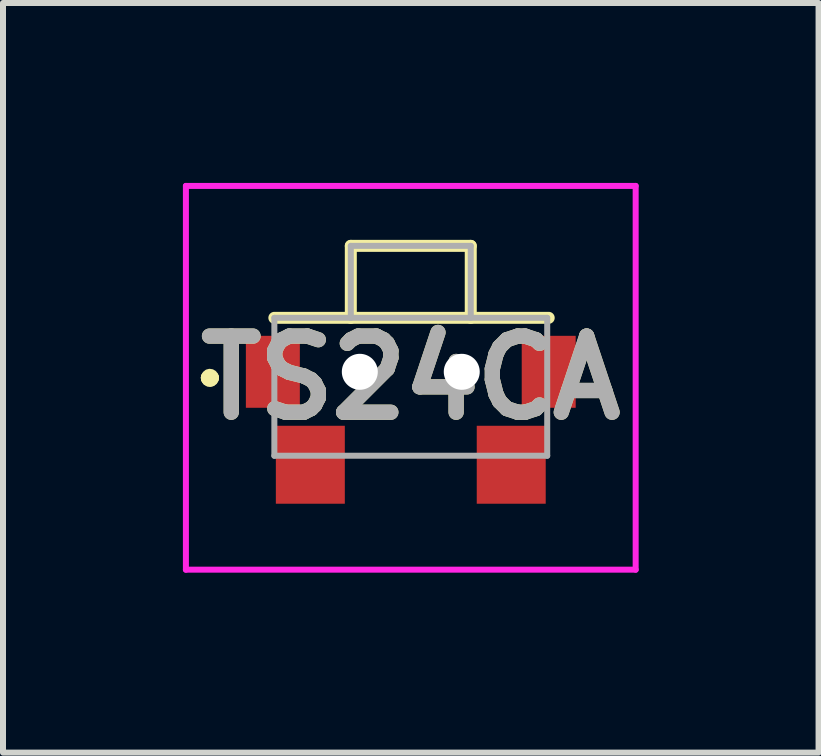
<source format=kicad_pcb>
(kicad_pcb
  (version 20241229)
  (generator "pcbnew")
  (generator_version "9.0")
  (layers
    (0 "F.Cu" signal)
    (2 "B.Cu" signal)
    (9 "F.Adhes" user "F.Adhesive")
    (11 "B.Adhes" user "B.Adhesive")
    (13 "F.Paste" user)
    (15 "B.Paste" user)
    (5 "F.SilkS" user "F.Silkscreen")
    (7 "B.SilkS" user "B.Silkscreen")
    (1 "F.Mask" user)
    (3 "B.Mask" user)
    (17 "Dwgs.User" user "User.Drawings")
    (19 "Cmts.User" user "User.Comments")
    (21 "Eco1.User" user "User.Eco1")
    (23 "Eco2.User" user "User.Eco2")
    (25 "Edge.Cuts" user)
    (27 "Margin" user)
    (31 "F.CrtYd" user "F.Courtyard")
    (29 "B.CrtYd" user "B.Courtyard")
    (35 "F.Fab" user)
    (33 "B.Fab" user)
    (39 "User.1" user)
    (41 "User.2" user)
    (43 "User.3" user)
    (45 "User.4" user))
  (footprint "TS24CA"
    (layer "F.Cu")
    (at 3.8 3.15)
    (property "Reference" "TS24CA" (at 0 0.1 0) (layer "F.SilkS") (effects (font (size 1.27 1.27) (thickness 0.254))))
    (attr through_hole)
    (fp_line (start -3.4 0.1) (end -3.4 0.1) (stroke (width 0.2) (type solid)) (layer "F.SilkS"))
    (fp_line (start -3.4 0.1) (end -3.4 0.1) (stroke (width 0.2) (type solid)) (layer "F.SilkS"))
    (fp_line (start -3.3 0.1) (end -3.3 0.1) (stroke (width 0.2) (type solid)) (layer "F.SilkS"))
    (fp_line (start -2.275 -0.9) (end 2.3 -0.9) (stroke (width 0.2) (type solid)) (layer "F.SilkS"))
    (fp_line (start -1 -2.1) (end 1 -2.1) (stroke (width 0.2) (type solid)) (layer "F.SilkS"))
    (fp_line (start -1 -0.9) (end -1 -2.1) (stroke (width 0.2) (type solid)) (layer "F.SilkS"))
    (fp_line (start 1 -2.1) (end 1 -0.9) (stroke (width 0.2) (type solid)) (layer "F.SilkS"))
    (fp_arc (start -3.4 0.1) (mid -3.35 0.05) (end -3.3 0.1) (stroke (width 0.2) (type solid)) (layer "F.SilkS"))
    (fp_arc (start -3.3 0.1) (mid -3.35 0.15) (end -3.4 0.1) (stroke (width 0.2) (type solid)) (layer "F.SilkS"))
    (fp_arc (start -3.3 0.1) (mid -3.35 0.15) (end -3.4 0.1) (stroke (width 0.2) (type solid)) (layer "F.SilkS"))
    (fp_line (start -3.75 -3.1) (end 3.75 -3.1) (stroke (width 0.1) (type solid)) (layer "F.CrtYd"))
    (fp_line (start -3.75 3.3) (end -3.75 -3.1) (stroke (width 0.1) (type solid)) (layer "F.CrtYd"))
    (fp_line (start 3.75 -3.1) (end 3.75 3.3) (stroke (width 0.1) (type solid)) (layer "F.CrtYd"))
    (fp_line (start 3.75 3.3) (end -3.75 3.3) (stroke (width 0.1) (type solid)) (layer "F.CrtYd"))
    (fp_line (start -2.275 -0.9) (end 2.275 -0.9) (stroke (width 0.1) (type solid)) (layer "F.Fab"))
    (fp_line (start -2.275 1.4) (end -2.275 -0.9) (stroke (width 0.1) (type solid)) (layer "F.Fab"))
    (fp_line (start -1 -2.1) (end 1 -2.1) (stroke (width 0.1) (type solid)) (layer "F.Fab"))
    (fp_line (start -1 -0.9) (end -1 -2.1) (stroke (width 0.1) (type solid)) (layer "F.Fab"))
    (fp_line (start 1 -2.1) (end 1 -0.9) (stroke (width 0.1) (type solid)) (layer "F.Fab"))
    (fp_line (start 2.275 -0.9) (end 2.275 1.4) (stroke (width 0.1) (type solid)) (layer "F.Fab"))
    (fp_line (start 2.275 1.4) (end -2.275 1.4) (stroke (width 0.1) (type solid)) (layer "F.Fab"))
    (fp_text user "${REFERENCE}" (at 0 0.1 0) (layer "F.Fab") (effects (font (size 1.27 1.27) (thickness 0.254))))
    (pad "" np_thru_hole circle (at -0.85 0) (size 0.6 0.6) (drill 0.6) (layers "*.Cu" "*.Mask"))
    (pad "" np_thru_hole circle (at 0.85 0) (size 0.6 0.6) (drill 0.6) (layers "*.Cu" "*.Mask"))
    (pad "1" smd rect (at -2.3 0) (size 0.9 1.2) (layers "F.Cu" "F.Mask" "F.Paste"))
    (pad "2" smd rect (at 2.3 0) (size 0.9 1.2) (layers "F.Cu" "F.Mask" "F.Paste"))
    (pad "3" smd rect (at -1.675 1.55) (size 1.15 1.3) (layers "F.Cu" "F.Mask" "F.Paste"))
    (pad "4" smd rect (at 1.675 1.55) (size 1.15 1.3) (layers "F.Cu" "F.Mask" "F.Paste")))
  (gr_rect
    (start -3 -3)
    (end 10.6 9.5)
    (stroke (width 0.1) (type default))
    (fill no)
    (layer "Edge.Cuts")))
</source>
